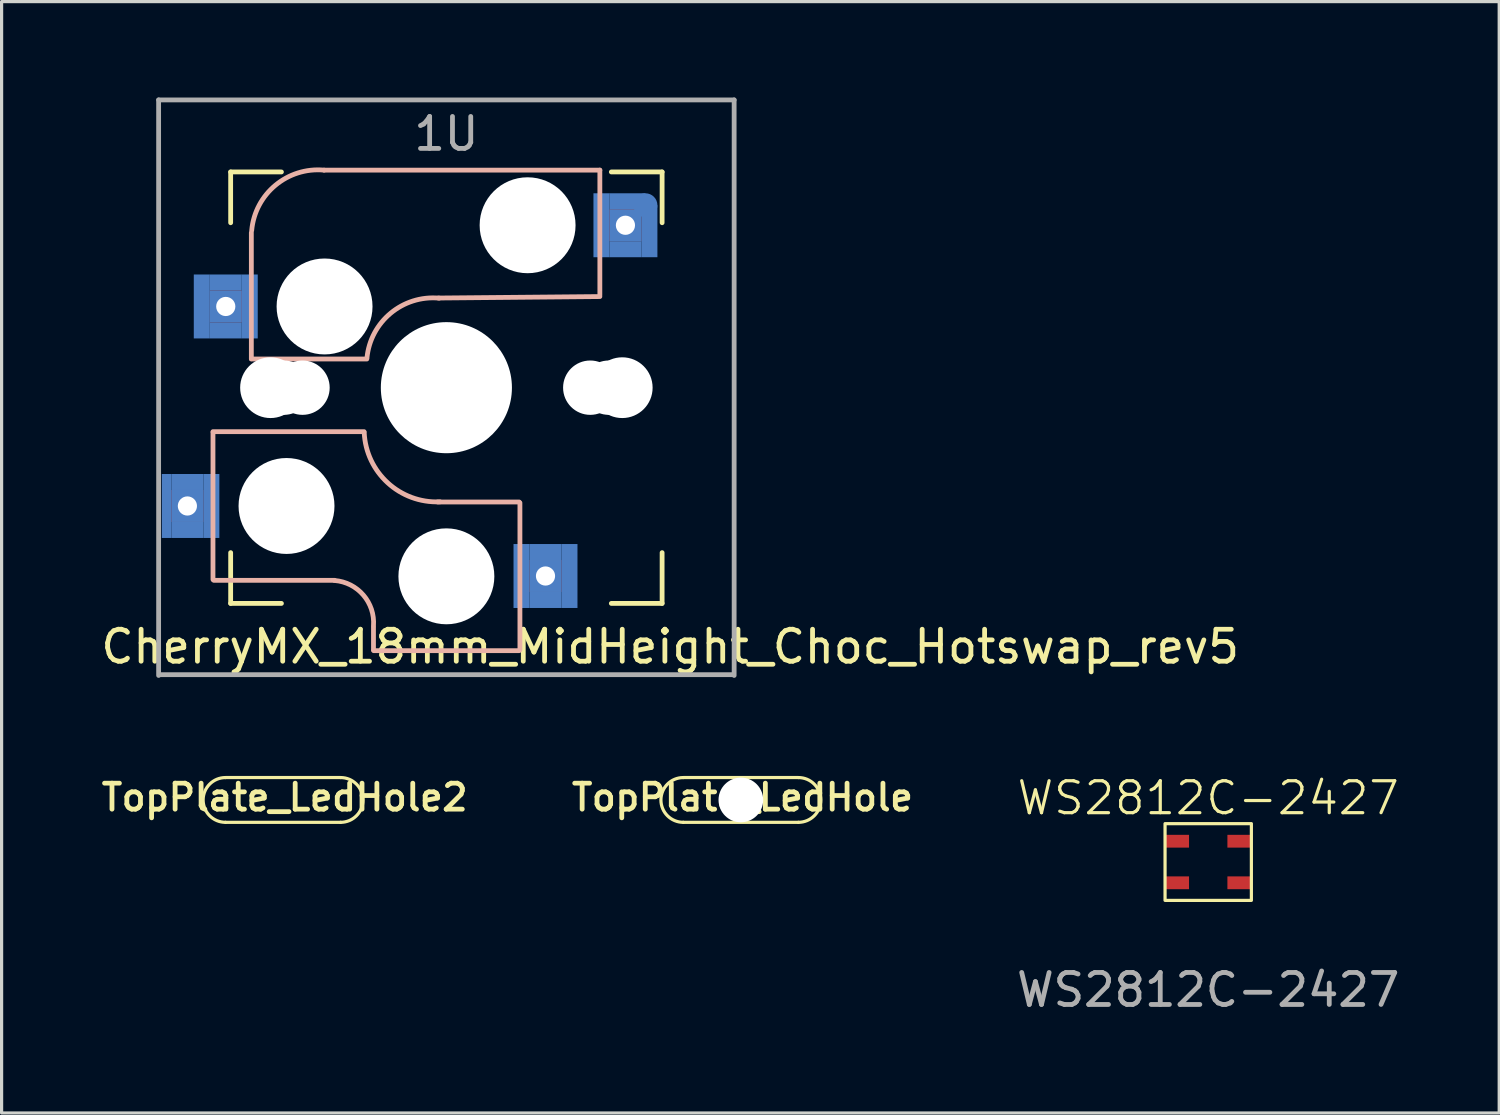
<source format=kicad_pcb>
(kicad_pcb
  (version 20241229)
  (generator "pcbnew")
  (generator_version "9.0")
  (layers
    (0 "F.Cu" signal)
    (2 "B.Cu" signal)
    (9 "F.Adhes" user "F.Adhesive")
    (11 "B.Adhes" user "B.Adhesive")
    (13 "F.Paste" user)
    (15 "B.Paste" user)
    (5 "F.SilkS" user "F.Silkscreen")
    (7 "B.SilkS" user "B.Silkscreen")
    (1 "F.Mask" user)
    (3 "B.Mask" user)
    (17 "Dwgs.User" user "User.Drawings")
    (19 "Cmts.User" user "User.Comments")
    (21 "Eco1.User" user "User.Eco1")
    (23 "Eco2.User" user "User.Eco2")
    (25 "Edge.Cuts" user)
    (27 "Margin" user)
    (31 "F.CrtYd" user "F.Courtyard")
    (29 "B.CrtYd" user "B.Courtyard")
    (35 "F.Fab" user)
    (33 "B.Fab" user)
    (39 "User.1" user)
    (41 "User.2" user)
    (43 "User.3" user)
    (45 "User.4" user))
  (footprint "TopPlate_LedHole2"
    (layer "F.Cu")
    (at 5.803 21.969)
    (property "Reference" "TopPlate_LedHole2" (at 0.05 -0.08 0) (layer "F.SilkS") (effects (font (size 0.813 0.813) (thickness 0.15))))
    (attr through_hole)
    (fp_line (start -1.8 -0.7) (end 1.8 -0.7) (stroke (width 0.1) (type default)) (layer "F.SilkS"))
    (fp_line (start -1.8 0.7) (end 1.8 0.7) (stroke (width 0.1) (type default)) (layer "F.SilkS"))
    (fp_arc (start -1.8 0.7) (mid -2.5 0) (end -1.8 -0.7) (stroke (width 0.1) (type default)) (layer "F.SilkS"))
    (fp_arc (start 1.8 -0.7) (mid 2.5 0) (end 1.8 0.7) (stroke (width 0.1) (type default)) (layer "F.SilkS")))
  (footprint "WS2812C-2427"
    (layer "F.Cu")
    (at 34.738 23.91)
    (property "Reference" "WS2812C-2427" (at 0 -2 0) (unlocked yes) (layer "F.SilkS") (effects (font (size 1 1) (thickness 0.1))))
    (attr smd)
    (fp_rect (start -1.35 -1.2) (end 1.35 1.2) (stroke (width 0.1) (type default)) (fill no) (layer "F.SilkS"))
    (fp_text user "${REFERENCE}" (at 0 4 0) (unlocked yes) (layer "F.Fab") (effects (font (size 1 1) (thickness 0.15))))
    (pad "1" smd rect (at -0.975 -0.65) (size 0.75 0.4) (layers "F.Cu" "F.Mask" "F.Paste"))
    (pad "2" smd rect (at -0.975 0.65) (size 0.75 0.4) (layers "F.Cu" "F.Mask" "F.Paste"))
    (pad "3" smd rect (at 0.975 -0.65) (size 0.75 0.4) (layers "F.Cu" "F.Mask" "F.Paste"))
    (pad "4" smd rect (at 0.975 0.65) (size 0.75 0.4) (layers "F.Cu" "F.Mask" "F.Paste")))
  (footprint "TopPlate_LedHole"
    (layer "F.Cu")
    (at 20.121 21.969)
    (property "Reference" "TopPlate_LedHole" (at 0.05 -0.08 0) (layer "F.SilkS") (effects (font (size 0.813 0.813) (thickness 0.15))))
    (attr through_hole)
    (fp_line (start -1.8 -0.7) (end 1.8 -0.7) (stroke (width 0.1) (type default)) (layer "F.SilkS"))
    (fp_line (start -1.8 0.7) (end 1.8 0.7) (stroke (width 0.1) (type default)) (layer "F.SilkS"))
    (fp_arc (start -1.8 0.7) (mid -2.5 0) (end -1.8 -0.7) (stroke (width 0.1) (type default)) (layer "F.SilkS"))
    (fp_arc (start 1.8 -0.7) (mid 2.5 0) (end 1.8 0.7) (stroke (width 0.1) (type default)) (layer "F.SilkS"))
    (pad "" np_thru_hole circle (at 0 0) (size 1.397 1.397) (drill oval 5 1.397) (layers "*.Cu" "*.Mask")))
  (footprint "CherryMX_18mm_MidHeight_Choc_Hotswap_rev5"
    (layer "F.Cu")
    (at 10.911 9.075)
    (property "Reference" "CherryMX_18mm_MidHeight_Choc_Hotswap_rev5" (at 7 8.1 0) (layer "F.SilkS") (effects (font (size 1 1) (thickness 0.15))))
    (attr through_hole)
    (fp_line (start -6.747 -6.747) (end -5.159 -6.747) (stroke (width 0.15) (type solid)) (layer "F.SilkS"))
    (fp_line (start -6.747 -5.159) (end -6.747 -6.747) (stroke (width 0.15) (type solid)) (layer "F.SilkS"))
    (fp_line (start -6.747 6.747) (end -6.747 5.159) (stroke (width 0.15) (type solid)) (layer "F.SilkS"))
    (fp_line (start -5.159 6.747) (end -6.747 6.747) (stroke (width 0.15) (type solid)) (layer "F.SilkS"))
    (fp_line (start 5.159 -6.747) (end 6.747 -6.747) (stroke (width 0.15) (type solid)) (layer "F.SilkS"))
    (fp_line (start 6.747 -6.747) (end 6.747 -5.159) (stroke (width 0.15) (type solid)) (layer "F.SilkS"))
    (fp_line (start 6.747 5.159) (end 6.747 6.747) (stroke (width 0.15) (type solid)) (layer "F.SilkS"))
    (fp_line (start 6.747 6.747) (end 5.159 6.747) (stroke (width 0.15) (type solid)) (layer "F.SilkS"))
    (fp_line (start -7.3 1.4) (end -7.3 6) (stroke (width 0.15) (type solid)) (layer "B.SilkS"))
    (fp_line (start -6.1 -4.85) (end -6.1 -0.905) (stroke (width 0.15) (type solid)) (layer "B.SilkS"))
    (fp_line (start -6.1 -0.896) (end -2.49 -0.896) (stroke (width 0.15) (type solid)) (layer "B.SilkS"))
    (fp_line (start -3.5 6.025) (end -7.275 6.025) (stroke (width 0.15) (type solid)) (layer "B.SilkS"))
    (fp_line (start -2.575 1.375) (end -7.3 1.375) (stroke (width 0.15) (type solid)) (layer "B.SilkS"))
    (fp_line (start -2.28 7.5) (end -2.28 8.2) (stroke (width 0.15) (type solid)) (layer "B.SilkS"))
    (fp_line (start 2.275 3.575) (end -0.275 3.575) (stroke (width 0.15) (type solid)) (layer "B.SilkS"))
    (fp_line (start 2.275 8.225) (end -2.275 8.225) (stroke (width 0.15) (type solid)) (layer "B.SilkS"))
    (fp_line (start 2.3 3.6) (end 2.3 8.2) (stroke (width 0.15) (type solid)) (layer "B.SilkS"))
    (fp_line (start 4.8 -6.804) (end -3.825 -6.804) (stroke (width 0.15) (type solid)) (layer "B.SilkS"))
    (fp_line (start 4.8 -2.896) (end 4.8 -6.804) (stroke (width 0.15) (type solid)) (layer "B.SilkS"))
    (fp_line (start 4.8 -2.85) (end -0.25 -2.804) (stroke (width 0.15) (type solid)) (layer "B.SilkS"))
    (fp_arc (start -6.089 -4.92) (mid -5.347189 -6.33089) (end -3.825 -6.804) (stroke (width 0.15) (type solid)) (layer "B.SilkS"))
    (fp_arc (start -3.5 6.03) (mid -2.595908 6.48733) (end -2.28 7.45) (stroke (width 0.15) (type solid)) (layer "B.SilkS"))
    (fp_arc (start -2.485 -0.92) (mid -1.744361 -2.328061) (end -0.225 -2.8) (stroke (width 0.15) (type solid)) (layer "B.SilkS"))
    (fp_arc (start -0.2 3.57) (mid -1.834422 2.975843) (end -2.57 1.4) (stroke (width 0.15) (type solid)) (layer "B.SilkS"))
    (fp_line (start -9 -9) (end 9 -9) (stroke (width 0.15) (type solid)) (layer "F.Fab"))
    (fp_line (start -9 9) (end -9 -9) (stroke (width 0.15) (type solid)) (layer "F.Fab"))
    (fp_line (start 8.975 8.975) (end -8.975 8.975) (stroke (width 0.15) (type solid)) (layer "F.Fab"))
    (fp_line (start 9 -9) (end 9 9) (stroke (width 0.15) (type solid)) (layer "F.Fab"))
    (fp_text user "1U" (at 0 -7.938 0) (layer "F.Fab") (effects (font (size 1 1) (thickness 0.15))))
    (pad "" np_thru_hole circle (at -5.5 0 90) (size 1.9 1.9) (drill 1.9) (layers "*.Cu" "*.Mask"))
    (pad "" np_thru_hole circle (at -5.08 0) (size 1.7 1.7) (drill 1.7) (layers "*.Cu" "*.Mask"))
    (pad "" np_thru_hole circle (at -5 3.7 90) (size 3 3) (drill 3) (layers "*.Cu" "*.Mask"))
    (pad "" np_thru_hole circle (at -4.5 0) (size 1.7 1.7) (drill 1.7) (layers "*.Cu" "*.Mask"))
    (pad "" np_thru_hole circle (at -3.81 -2.54 180) (size 3 3) (drill 3) (layers "*.Cu" "*.Mask"))
    (pad "" np_thru_hole circle (at 0 0 90) (size 4.1 4.1) (drill 4.1) (layers "*.Cu" "*.Mask"))
    (pad "" np_thru_hole circle (at 0 5.9 90) (size 3 3) (drill 3) (layers "*.Cu" "*.Mask"))
    (pad "" np_thru_hole circle (at 2.54 -5.08 180) (size 3 3) (drill 3) (layers "*.Cu" "*.Mask"))
    (pad "" np_thru_hole circle (at 4.5 0) (size 1.7 1.7) (drill 1.7) (layers "*.Cu" "*.Mask"))
    (pad "" np_thru_hole circle (at 5.08 0) (size 1.7 1.7) (drill 1.7) (layers "*.Cu" "*.Mask"))
    (pad "" np_thru_hole circle (at 5.5 0 90) (size 1.9 1.9) (drill 1.9) (layers "*.Cu" "*.Mask"))
    (pad "1" smd rect (at -8.75 3.7 180) (size 0.3 2) (layers "B.Cu" "B.Mask" "B.Paste"))
    (pad "1" smd rect (at -8.1 2.95 180) (size 1 0.5) (layers "B.Cu" "B.Mask" "B.Paste"))
    (pad "1" thru_hole rect (at -8.1 3.7) (size 1 1) (drill 0.6) (layers "*.Cu" "B.Mask"))
    (pad "1" smd rect (at -8.1 4.45 180) (size 1 0.5) (layers "B.Cu" "B.Mask" "B.Paste"))
    (pad "1" smd rect (at -7.65 -2.54 180) (size 0.5 2) (layers "B.Cu" "B.Mask" "B.Paste"))
    (pad "1" smd rect (at -7.35 3.7 180) (size 0.5 2) (layers "B.Cu" "B.Mask" "B.Paste"))
    (pad "1" smd rect (at -6.9 -3.29 180) (size 1 0.5) (layers "B.Cu" "B.Mask" "B.Paste"))
    (pad "1" thru_hole rect (at -6.9 -2.54) (size 1 1) (drill 0.6) (layers "*.Cu" "B.Mask"))
    (pad "1" smd rect (at -6.9 -1.79 180) (size 1 0.5) (layers "B.Cu" "B.Mask" "B.Paste"))
    (pad "1" smd rect (at -6.15 -2.54 180) (size 0.5 2) (layers "B.Cu" "B.Mask" "B.Paste"))
    (pad "2" smd rect (at 2.35 5.89 180) (size 0.5 2) (layers "B.Cu" "B.Mask" "B.Paste"))
    (pad "2" smd rect (at 3.1 5.14 180) (size 1 0.5) (layers "B.Cu" "B.Mask" "B.Paste"))
    (pad "2" thru_hole rect (at 3.1 5.89) (size 1 1) (drill 0.6) (layers "*.Cu" "B.Mask"))
    (pad "2" smd rect (at 3.1 6.64 180) (size 1 0.5) (layers "B.Cu" "B.Mask" "B.Paste"))
    (pad "2" smd rect (at 3.85 5.89 180) (size 0.5 2) (layers "B.Cu" "B.Mask" "B.Paste"))
    (pad "2" smd rect (at 4.85 -5.08 180) (size 0.5 2) (layers "B.Cu" "B.Mask" "B.Paste"))
    (pad "2" thru_hole rect (at 5.6 -5.08) (size 1 1) (drill 0.6) (layers "*.Cu" "B.Mask"))
    (pad "2" smd rect (at 5.6 -4.33 180) (size 1 0.5) (layers "B.Cu" "B.Mask" "B.Paste"))
    (pad "2" smd rect (at 5.661 -5.83 180) (size 1.125 0.5) (layers "B.Cu" "B.Mask" "B.Paste"))
    (pad "2" smd circle (at 6.225 -5.705 180) (size 0.75 0.75) (layers "B.Cu" "B.Mask" "B.Paste"))
    (pad "2" smd rect (at 6.35 -4.893 180) (size 0.5 1.625) (layers "B.Cu" "B.Mask" "B.Paste")))
  (gr_rect
    (start -3 -3)
    (end 43.839 31.759)
    (stroke (width 0.1) (type default))
    (fill no)
    (layer "Edge.Cuts")))
</source>
